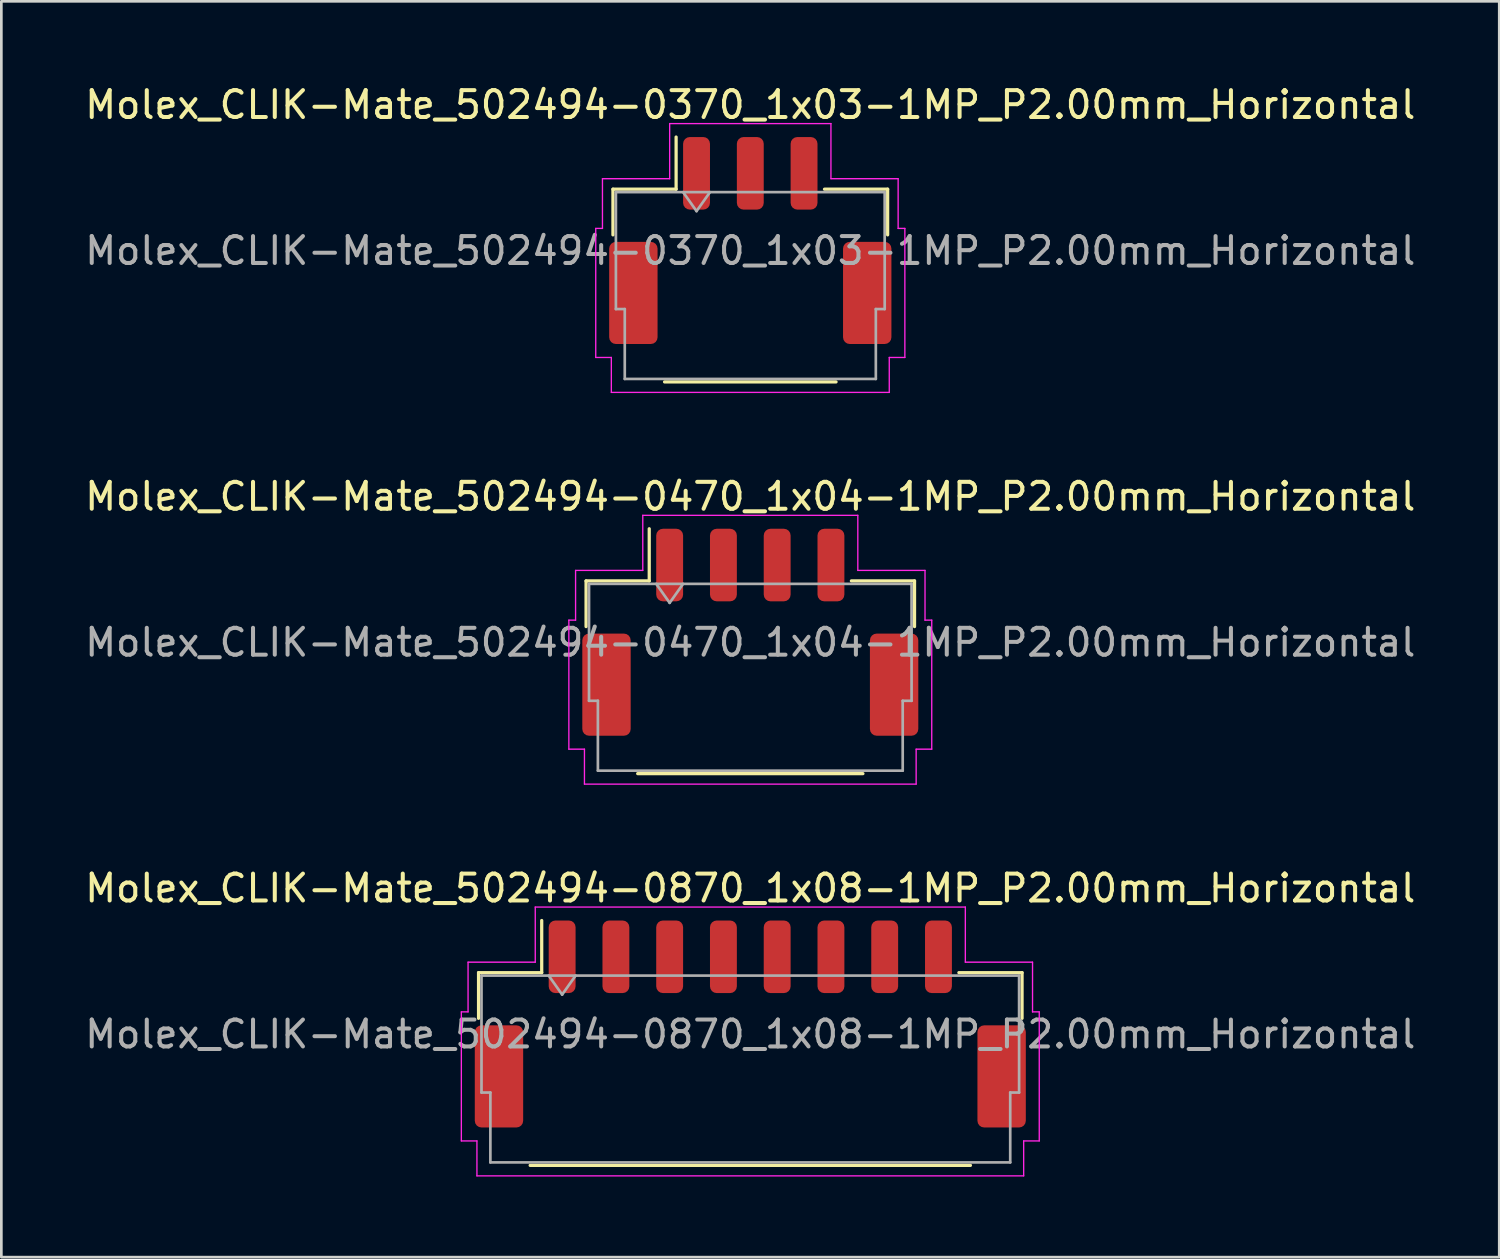
<source format=kicad_pcb>
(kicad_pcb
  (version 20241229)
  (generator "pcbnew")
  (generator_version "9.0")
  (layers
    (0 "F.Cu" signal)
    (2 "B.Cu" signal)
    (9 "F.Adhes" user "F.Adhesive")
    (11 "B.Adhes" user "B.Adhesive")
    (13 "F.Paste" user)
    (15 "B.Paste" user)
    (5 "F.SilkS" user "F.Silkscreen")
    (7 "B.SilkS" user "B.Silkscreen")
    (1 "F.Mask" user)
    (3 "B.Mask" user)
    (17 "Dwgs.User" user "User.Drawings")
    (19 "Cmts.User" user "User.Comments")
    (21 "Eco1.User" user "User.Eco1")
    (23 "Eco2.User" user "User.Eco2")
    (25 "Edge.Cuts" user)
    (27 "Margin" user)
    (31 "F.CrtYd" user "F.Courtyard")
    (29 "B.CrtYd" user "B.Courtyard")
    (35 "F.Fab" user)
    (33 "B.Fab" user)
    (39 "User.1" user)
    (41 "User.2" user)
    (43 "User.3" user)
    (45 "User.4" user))
  (footprint "Molex_CLIK-Mate_502494-0370_1x03-1MP_P2.00mm_Horizontal"
    (layer "F.Cu")
    (at 24.863 5.898)
    (property "Reference" "Molex_CLIK-Mate_502494-0370_1x03-1MP_P2.00mm_Horizontal" (at 0 -5.05 0) (layer "F.SilkS") (effects (font (size 1 1) (thickness 0.15))))
    (attr smd)
    (fp_line (start -5.11 -1.91) (end -2.76 -1.91) (stroke (width 0.12) (type solid)) (layer "F.SilkS"))
    (fp_line (start -5.11 -0.21) (end -5.11 -1.91) (stroke (width 0.12) (type solid)) (layer "F.SilkS"))
    (fp_line (start -3.19 5.26) (end 3.19 5.26) (stroke (width 0.12) (type solid)) (layer "F.SilkS"))
    (fp_line (start -2.76 -1.91) (end -2.76 -3.85) (stroke (width 0.12) (type solid)) (layer "F.SilkS"))
    (fp_line (start 5.11 -1.91) (end 2.76 -1.91) (stroke (width 0.12) (type solid)) (layer "F.SilkS"))
    (fp_line (start 5.11 -0.21) (end 5.11 -1.91) (stroke (width 0.12) (type solid)) (layer "F.SilkS"))
    (fp_line (start -5.75 -0.45) (end -5.5 -0.45) (stroke (width 0.05) (type solid)) (layer "F.CrtYd"))
    (fp_line (start -5.75 4.35) (end -5.75 -0.45) (stroke (width 0.05) (type solid)) (layer "F.CrtYd"))
    (fp_line (start -5.5 -2.3) (end -3 -2.3) (stroke (width 0.05) (type solid)) (layer "F.CrtYd"))
    (fp_line (start -5.5 -0.45) (end -5.5 -2.3) (stroke (width 0.05) (type solid)) (layer "F.CrtYd"))
    (fp_line (start -5.17 4.35) (end -5.75 4.35) (stroke (width 0.05) (type solid)) (layer "F.CrtYd"))
    (fp_line (start -5.17 5.65) (end -5.17 4.35) (stroke (width 0.05) (type solid)) (layer "F.CrtYd"))
    (fp_line (start -3 -4.35) (end 3 -4.35) (stroke (width 0.05) (type solid)) (layer "F.CrtYd"))
    (fp_line (start -3 -2.3) (end -3 -4.35) (stroke (width 0.05) (type solid)) (layer "F.CrtYd"))
    (fp_line (start 3 -4.35) (end 3 -2.3) (stroke (width 0.05) (type solid)) (layer "F.CrtYd"))
    (fp_line (start 3 -2.3) (end 5.5 -2.3) (stroke (width 0.05) (type solid)) (layer "F.CrtYd"))
    (fp_line (start 5.17 4.35) (end 5.17 5.65) (stroke (width 0.05) (type solid)) (layer "F.CrtYd"))
    (fp_line (start 5.17 5.65) (end -5.17 5.65) (stroke (width 0.05) (type solid)) (layer "F.CrtYd"))
    (fp_line (start 5.5 -2.3) (end 5.5 -0.45) (stroke (width 0.05) (type solid)) (layer "F.CrtYd"))
    (fp_line (start 5.5 -0.45) (end 5.75 -0.45) (stroke (width 0.05) (type solid)) (layer "F.CrtYd"))
    (fp_line (start 5.75 -0.45) (end 5.75 4.35) (stroke (width 0.05) (type solid)) (layer "F.CrtYd"))
    (fp_line (start 5.75 4.35) (end 5.17 4.35) (stroke (width 0.05) (type solid)) (layer "F.CrtYd"))
    (fp_line (start -5 -1.8) (end -5 2.55) (stroke (width 0.1) (type solid)) (layer "F.Fab"))
    (fp_line (start -5 -1.8) (end 5 -1.8) (stroke (width 0.1) (type solid)) (layer "F.Fab"))
    (fp_line (start -5 2.55) (end -4.67 2.55) (stroke (width 0.1) (type solid)) (layer "F.Fab"))
    (fp_line (start -4.67 2.55) (end -4.67 5.15) (stroke (width 0.1) (type solid)) (layer "F.Fab"))
    (fp_line (start -4.67 5.15) (end 4.67 5.15) (stroke (width 0.1) (type solid)) (layer "F.Fab"))
    (fp_line (start -2.5 -1.8) (end -2 -1.093) (stroke (width 0.1) (type solid)) (layer "F.Fab"))
    (fp_line (start -2 -1.093) (end -1.5 -1.8) (stroke (width 0.1) (type solid)) (layer "F.Fab"))
    (fp_line (start 4.67 2.55) (end 5 2.55) (stroke (width 0.1) (type solid)) (layer "F.Fab"))
    (fp_line (start 4.67 5.15) (end 4.67 2.55) (stroke (width 0.1) (type solid)) (layer "F.Fab"))
    (fp_line (start 5 -1.8) (end 5 2.55) (stroke (width 0.1) (type solid)) (layer "F.Fab"))
    (fp_text user "${REFERENCE}" (at 0 0.38 0) (layer "F.Fab") (effects (font (size 1 1) (thickness 0.15))))
    (pad "1" smd roundrect (at -2 -2.5) (size 1 2.7) (layers "F.Cu" "F.Mask" "F.Paste") (roundrect_rratio 0.25))
    (pad "2" smd roundrect (at 0 -2.5) (size 1 2.7) (layers "F.Cu" "F.Mask" "F.Paste") (roundrect_rratio 0.25))
    (pad "3" smd roundrect (at 2 -2.5) (size 1 2.7) (layers "F.Cu" "F.Mask" "F.Paste") (roundrect_rratio 0.25))
    (pad "MP" smd roundrect (at -4.35 1.95) (size 1.8 3.8) (layers "F.Cu" "F.Mask" "F.Paste") (roundrect_rratio 0.139))
    (pad "MP" smd roundrect (at 4.35 1.95) (size 1.8 3.8) (layers "F.Cu" "F.Mask" "F.Paste") (roundrect_rratio 0.139)))
  (footprint "Molex_CLIK-Mate_502494-0470_1x04-1MP_P2.00mm_Horizontal"
    (layer "F.Cu")
    (at 24.863 20.471)
    (property "Reference" "Molex_CLIK-Mate_502494-0470_1x04-1MP_P2.00mm_Horizontal" (at 0 -5.05 0) (layer "F.SilkS") (effects (font (size 1 1) (thickness 0.15))))
    (attr smd)
    (fp_line (start -6.11 -1.91) (end -3.76 -1.91) (stroke (width 0.12) (type solid)) (layer "F.SilkS"))
    (fp_line (start -6.11 -0.21) (end -6.11 -1.91) (stroke (width 0.12) (type solid)) (layer "F.SilkS"))
    (fp_line (start -4.19 5.26) (end 4.19 5.26) (stroke (width 0.12) (type solid)) (layer "F.SilkS"))
    (fp_line (start -3.76 -1.91) (end -3.76 -3.85) (stroke (width 0.12) (type solid)) (layer "F.SilkS"))
    (fp_line (start 6.11 -1.91) (end 3.76 -1.91) (stroke (width 0.12) (type solid)) (layer "F.SilkS"))
    (fp_line (start 6.11 -0.21) (end 6.11 -1.91) (stroke (width 0.12) (type solid)) (layer "F.SilkS"))
    (fp_line (start -6.75 -0.45) (end -6.5 -0.45) (stroke (width 0.05) (type solid)) (layer "F.CrtYd"))
    (fp_line (start -6.75 4.35) (end -6.75 -0.45) (stroke (width 0.05) (type solid)) (layer "F.CrtYd"))
    (fp_line (start -6.5 -2.3) (end -4 -2.3) (stroke (width 0.05) (type solid)) (layer "F.CrtYd"))
    (fp_line (start -6.5 -0.45) (end -6.5 -2.3) (stroke (width 0.05) (type solid)) (layer "F.CrtYd"))
    (fp_line (start -6.17 4.35) (end -6.75 4.35) (stroke (width 0.05) (type solid)) (layer "F.CrtYd"))
    (fp_line (start -6.17 5.65) (end -6.17 4.35) (stroke (width 0.05) (type solid)) (layer "F.CrtYd"))
    (fp_line (start -4 -4.35) (end 4 -4.35) (stroke (width 0.05) (type solid)) (layer "F.CrtYd"))
    (fp_line (start -4 -2.3) (end -4 -4.35) (stroke (width 0.05) (type solid)) (layer "F.CrtYd"))
    (fp_line (start 4 -4.35) (end 4 -2.3) (stroke (width 0.05) (type solid)) (layer "F.CrtYd"))
    (fp_line (start 4 -2.3) (end 6.5 -2.3) (stroke (width 0.05) (type solid)) (layer "F.CrtYd"))
    (fp_line (start 6.17 4.35) (end 6.17 5.65) (stroke (width 0.05) (type solid)) (layer "F.CrtYd"))
    (fp_line (start 6.17 5.65) (end -6.17 5.65) (stroke (width 0.05) (type solid)) (layer "F.CrtYd"))
    (fp_line (start 6.5 -2.3) (end 6.5 -0.45) (stroke (width 0.05) (type solid)) (layer "F.CrtYd"))
    (fp_line (start 6.5 -0.45) (end 6.75 -0.45) (stroke (width 0.05) (type solid)) (layer "F.CrtYd"))
    (fp_line (start 6.75 -0.45) (end 6.75 4.35) (stroke (width 0.05) (type solid)) (layer "F.CrtYd"))
    (fp_line (start 6.75 4.35) (end 6.17 4.35) (stroke (width 0.05) (type solid)) (layer "F.CrtYd"))
    (fp_line (start -6 -1.8) (end -6 2.55) (stroke (width 0.1) (type solid)) (layer "F.Fab"))
    (fp_line (start -6 -1.8) (end 6 -1.8) (stroke (width 0.1) (type solid)) (layer "F.Fab"))
    (fp_line (start -6 2.55) (end -5.67 2.55) (stroke (width 0.1) (type solid)) (layer "F.Fab"))
    (fp_line (start -5.67 2.55) (end -5.67 5.15) (stroke (width 0.1) (type solid)) (layer "F.Fab"))
    (fp_line (start -5.67 5.15) (end 5.67 5.15) (stroke (width 0.1) (type solid)) (layer "F.Fab"))
    (fp_line (start -3.5 -1.8) (end -3 -1.093) (stroke (width 0.1) (type solid)) (layer "F.Fab"))
    (fp_line (start -3 -1.093) (end -2.5 -1.8) (stroke (width 0.1) (type solid)) (layer "F.Fab"))
    (fp_line (start 5.67 2.55) (end 6 2.55) (stroke (width 0.1) (type solid)) (layer "F.Fab"))
    (fp_line (start 5.67 5.15) (end 5.67 2.55) (stroke (width 0.1) (type solid)) (layer "F.Fab"))
    (fp_line (start 6 -1.8) (end 6 2.55) (stroke (width 0.1) (type solid)) (layer "F.Fab"))
    (fp_text user "${REFERENCE}" (at 0 0.38 0) (layer "F.Fab") (effects (font (size 1 1) (thickness 0.15))))
    (pad "1" smd roundrect (at -3 -2.5) (size 1 2.7) (layers "F.Cu" "F.Mask" "F.Paste") (roundrect_rratio 0.25))
    (pad "2" smd roundrect (at -1 -2.5) (size 1 2.7) (layers "F.Cu" "F.Mask" "F.Paste") (roundrect_rratio 0.25))
    (pad "3" smd roundrect (at 1 -2.5) (size 1 2.7) (layers "F.Cu" "F.Mask" "F.Paste") (roundrect_rratio 0.25))
    (pad "4" smd roundrect (at 3 -2.5) (size 1 2.7) (layers "F.Cu" "F.Mask" "F.Paste") (roundrect_rratio 0.25))
    (pad "MP" smd roundrect (at -5.35 1.95) (size 1.8 3.8) (layers "F.Cu" "F.Mask" "F.Paste") (roundrect_rratio 0.139))
    (pad "MP" smd roundrect (at 5.35 1.95) (size 1.8 3.8) (layers "F.Cu" "F.Mask" "F.Paste") (roundrect_rratio 0.139)))
  (footprint "Molex_CLIK-Mate_502494-0870_1x08-1MP_P2.00mm_Horizontal"
    (layer "F.Cu")
    (at 24.863 35.045)
    (property "Reference" "Molex_CLIK-Mate_502494-0870_1x08-1MP_P2.00mm_Horizontal" (at 0 -5.05 0) (layer "F.SilkS") (effects (font (size 1 1) (thickness 0.15))))
    (attr smd)
    (fp_line (start -10.11 -1.91) (end -7.76 -1.91) (stroke (width 0.12) (type solid)) (layer "F.SilkS"))
    (fp_line (start -10.11 -0.21) (end -10.11 -1.91) (stroke (width 0.12) (type solid)) (layer "F.SilkS"))
    (fp_line (start -8.19 5.26) (end 8.19 5.26) (stroke (width 0.12) (type solid)) (layer "F.SilkS"))
    (fp_line (start -7.76 -1.91) (end -7.76 -3.85) (stroke (width 0.12) (type solid)) (layer "F.SilkS"))
    (fp_line (start 10.11 -1.91) (end 7.76 -1.91) (stroke (width 0.12) (type solid)) (layer "F.SilkS"))
    (fp_line (start 10.11 -0.21) (end 10.11 -1.91) (stroke (width 0.12) (type solid)) (layer "F.SilkS"))
    (fp_line (start -10.75 -0.45) (end -10.5 -0.45) (stroke (width 0.05) (type solid)) (layer "F.CrtYd"))
    (fp_line (start -10.75 4.35) (end -10.75 -0.45) (stroke (width 0.05) (type solid)) (layer "F.CrtYd"))
    (fp_line (start -10.5 -2.3) (end -8 -2.3) (stroke (width 0.05) (type solid)) (layer "F.CrtYd"))
    (fp_line (start -10.5 -0.45) (end -10.5 -2.3) (stroke (width 0.05) (type solid)) (layer "F.CrtYd"))
    (fp_line (start -10.17 4.35) (end -10.75 4.35) (stroke (width 0.05) (type solid)) (layer "F.CrtYd"))
    (fp_line (start -10.17 5.65) (end -10.17 4.35) (stroke (width 0.05) (type solid)) (layer "F.CrtYd"))
    (fp_line (start -8 -4.35) (end 8 -4.35) (stroke (width 0.05) (type solid)) (layer "F.CrtYd"))
    (fp_line (start -8 -2.3) (end -8 -4.35) (stroke (width 0.05) (type solid)) (layer "F.CrtYd"))
    (fp_line (start 8 -4.35) (end 8 -2.3) (stroke (width 0.05) (type solid)) (layer "F.CrtYd"))
    (fp_line (start 8 -2.3) (end 10.5 -2.3) (stroke (width 0.05) (type solid)) (layer "F.CrtYd"))
    (fp_line (start 10.17 4.35) (end 10.17 5.65) (stroke (width 0.05) (type solid)) (layer "F.CrtYd"))
    (fp_line (start 10.17 5.65) (end -10.17 5.65) (stroke (width 0.05) (type solid)) (layer "F.CrtYd"))
    (fp_line (start 10.5 -2.3) (end 10.5 -0.45) (stroke (width 0.05) (type solid)) (layer "F.CrtYd"))
    (fp_line (start 10.5 -0.45) (end 10.75 -0.45) (stroke (width 0.05) (type solid)) (layer "F.CrtYd"))
    (fp_line (start 10.75 -0.45) (end 10.75 4.35) (stroke (width 0.05) (type solid)) (layer "F.CrtYd"))
    (fp_line (start 10.75 4.35) (end 10.17 4.35) (stroke (width 0.05) (type solid)) (layer "F.CrtYd"))
    (fp_line (start -10 -1.8) (end -10 2.55) (stroke (width 0.1) (type solid)) (layer "F.Fab"))
    (fp_line (start -10 -1.8) (end 10 -1.8) (stroke (width 0.1) (type solid)) (layer "F.Fab"))
    (fp_line (start -10 2.55) (end -9.67 2.55) (stroke (width 0.1) (type solid)) (layer "F.Fab"))
    (fp_line (start -9.67 2.55) (end -9.67 5.15) (stroke (width 0.1) (type solid)) (layer "F.Fab"))
    (fp_line (start -9.67 5.15) (end 9.67 5.15) (stroke (width 0.1) (type solid)) (layer "F.Fab"))
    (fp_line (start -7.5 -1.8) (end -7 -1.093) (stroke (width 0.1) (type solid)) (layer "F.Fab"))
    (fp_line (start -7 -1.093) (end -6.5 -1.8) (stroke (width 0.1) (type solid)) (layer "F.Fab"))
    (fp_line (start 9.67 2.55) (end 10 2.55) (stroke (width 0.1) (type solid)) (layer "F.Fab"))
    (fp_line (start 9.67 5.15) (end 9.67 2.55) (stroke (width 0.1) (type solid)) (layer "F.Fab"))
    (fp_line (start 10 -1.8) (end 10 2.55) (stroke (width 0.1) (type solid)) (layer "F.Fab"))
    (fp_text user "${REFERENCE}" (at 0 0.38 0) (layer "F.Fab") (effects (font (size 1 1) (thickness 0.15))))
    (pad "1" smd roundrect (at -7 -2.5) (size 1 2.7) (layers "F.Cu" "F.Mask" "F.Paste") (roundrect_rratio 0.25))
    (pad "2" smd roundrect (at -5 -2.5) (size 1 2.7) (layers "F.Cu" "F.Mask" "F.Paste") (roundrect_rratio 0.25))
    (pad "3" smd roundrect (at -3 -2.5) (size 1 2.7) (layers "F.Cu" "F.Mask" "F.Paste") (roundrect_rratio 0.25))
    (pad "4" smd roundrect (at -1 -2.5) (size 1 2.7) (layers "F.Cu" "F.Mask" "F.Paste") (roundrect_rratio 0.25))
    (pad "5" smd roundrect (at 1 -2.5) (size 1 2.7) (layers "F.Cu" "F.Mask" "F.Paste") (roundrect_rratio 0.25))
    (pad "6" smd roundrect (at 3 -2.5) (size 1 2.7) (layers "F.Cu" "F.Mask" "F.Paste") (roundrect_rratio 0.25))
    (pad "7" smd roundrect (at 5 -2.5) (size 1 2.7) (layers "F.Cu" "F.Mask" "F.Paste") (roundrect_rratio 0.25))
    (pad "8" smd roundrect (at 7 -2.5) (size 1 2.7) (layers "F.Cu" "F.Mask" "F.Paste") (roundrect_rratio 0.25))
    (pad "MP" smd roundrect (at -9.35 1.95) (size 1.8 3.8) (layers "F.Cu" "F.Mask" "F.Paste") (roundrect_rratio 0.139))
    (pad "MP" smd roundrect (at 9.35 1.95) (size 1.8 3.8) (layers "F.Cu" "F.Mask" "F.Paste") (roundrect_rratio 0.139)))
  (gr_rect
    (start -3 -3)
    (end 52.726 43.72)
    (stroke (width 0.1) (type default))
    (fill no)
    (layer "Edge.Cuts")))
</source>
